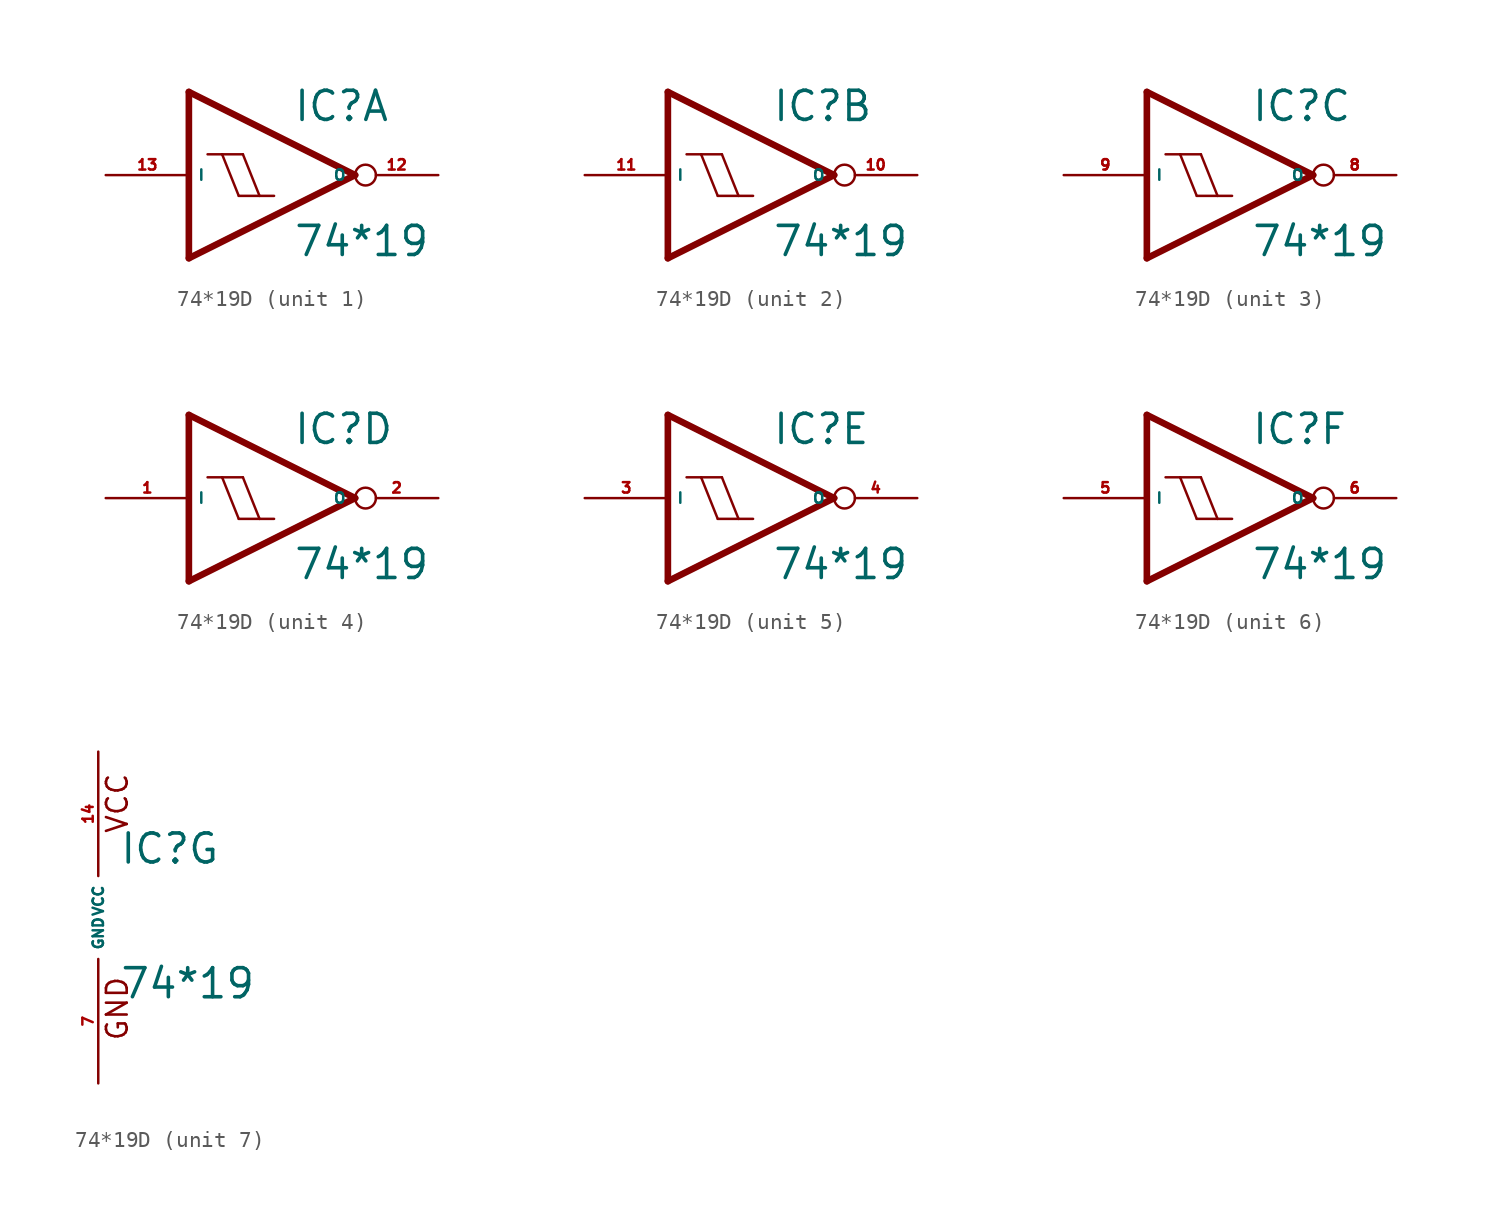
<source format=kicad_sym>
(kicad_symbol_lib
  (version 20220914)
  (generator Eagle2Kicad)
  (symbol "74*19D"
    (property "Reference" "IC"
      (at 1.27 3.175 0)
      (effects (font (size 1.778 1.778) (thickness 0.22)) (justify left bottom)))
    (property "Value" "74*19"
      (at 1.27 -5.08 0)
      (effects (font (size 1.778 1.778) (thickness 0.22)) (justify left bottom)))
    (symbol "74*19D_1_0"
      (polyline (pts (xy -5.08 5.08) (xy 5.08 0)) (stroke (width 0.406) (type default)) (fill (type none)))
      (polyline (pts (xy 5.08 0) (xy -5.08 -5.08)) (stroke (width 0.406) (type default)) (fill (type none)))
      (polyline (pts (xy -5.08 -5.08) (xy -5.08 5.08)) (stroke (width 0.406) (type default)) (fill (type none)))
      (polyline (pts (xy -0.762 -1.27) (xy -1.778 1.27)) (stroke (width 0.152) (type default)) (fill (type none)))
      (polyline (pts (xy -2.032 -1.27) (xy -3.048 1.27)) (stroke (width 0.152) (type default)) (fill (type none)))
      (polyline (pts (xy -2.032 -1.27) (xy -0.762 -1.27)) (stroke (width 0.152) (type default)) (fill (type none)))
      (polyline (pts (xy -0.762 -1.27) (xy 0.127 -1.27)) (stroke (width 0.152) (type default)) (fill (type none)))
      (polyline (pts (xy -3.937 1.27) (xy -3.048 1.27)) (stroke (width 0.152) (type default)) (fill (type none)))
      (polyline (pts (xy -3.048 1.27) (xy -1.778 1.27)) (stroke (width 0.152) (type default)) (fill (type none)))
      (pin input line (at -10.16 0 0) (length 5.08) (name "I" (effects (font (size 0.635 0.635) (thickness 0.08)) (justify left bottom))) (number "13" (effects (font (size 0.635 0.635) (thickness 0.08)) (justify left bottom))))
      (pin output inverted (at 10.16 0 180) (length 5.08) (name "O" (effects (font (size 0.635 0.635) (thickness 0.08)) (justify left bottom))) (number "12" (effects (font (size 0.635 0.635) (thickness 0.08)) (justify left bottom)))))
    (symbol "74*19D_2_0"
      (polyline (pts (xy -5.08 5.08) (xy 5.08 0)) (stroke (width 0.406) (type default)) (fill (type none)))
      (polyline (pts (xy 5.08 0) (xy -5.08 -5.08)) (stroke (width 0.406) (type default)) (fill (type none)))
      (polyline (pts (xy -5.08 -5.08) (xy -5.08 5.08)) (stroke (width 0.406) (type default)) (fill (type none)))
      (polyline (pts (xy -0.762 -1.27) (xy -1.778 1.27)) (stroke (width 0.152) (type default)) (fill (type none)))
      (polyline (pts (xy -2.032 -1.27) (xy -3.048 1.27)) (stroke (width 0.152) (type default)) (fill (type none)))
      (polyline (pts (xy -2.032 -1.27) (xy -0.762 -1.27)) (stroke (width 0.152) (type default)) (fill (type none)))
      (polyline (pts (xy -0.762 -1.27) (xy 0.127 -1.27)) (stroke (width 0.152) (type default)) (fill (type none)))
      (polyline (pts (xy -3.937 1.27) (xy -3.048 1.27)) (stroke (width 0.152) (type default)) (fill (type none)))
      (polyline (pts (xy -3.048 1.27) (xy -1.778 1.27)) (stroke (width 0.152) (type default)) (fill (type none)))
      (pin input line (at -10.16 0 0) (length 5.08) (name "I" (effects (font (size 0.635 0.635) (thickness 0.08)) (justify left bottom))) (number "11" (effects (font (size 0.635 0.635) (thickness 0.08)) (justify left bottom))))
      (pin output inverted (at 10.16 0 180) (length 5.08) (name "O" (effects (font (size 0.635 0.635) (thickness 0.08)) (justify left bottom))) (number "10" (effects (font (size 0.635 0.635) (thickness 0.08)) (justify left bottom)))))
    (symbol "74*19D_3_0"
      (polyline (pts (xy -5.08 5.08) (xy 5.08 0)) (stroke (width 0.406) (type default)) (fill (type none)))
      (polyline (pts (xy 5.08 0) (xy -5.08 -5.08)) (stroke (width 0.406) (type default)) (fill (type none)))
      (polyline (pts (xy -5.08 -5.08) (xy -5.08 5.08)) (stroke (width 0.406) (type default)) (fill (type none)))
      (polyline (pts (xy -0.762 -1.27) (xy -1.778 1.27)) (stroke (width 0.152) (type default)) (fill (type none)))
      (polyline (pts (xy -2.032 -1.27) (xy -3.048 1.27)) (stroke (width 0.152) (type default)) (fill (type none)))
      (polyline (pts (xy -2.032 -1.27) (xy -0.762 -1.27)) (stroke (width 0.152) (type default)) (fill (type none)))
      (polyline (pts (xy -0.762 -1.27) (xy 0.127 -1.27)) (stroke (width 0.152) (type default)) (fill (type none)))
      (polyline (pts (xy -3.937 1.27) (xy -3.048 1.27)) (stroke (width 0.152) (type default)) (fill (type none)))
      (polyline (pts (xy -3.048 1.27) (xy -1.778 1.27)) (stroke (width 0.152) (type default)) (fill (type none)))
      (pin input line (at -10.16 0 0) (length 5.08) (name "I" (effects (font (size 0.635 0.635) (thickness 0.08)) (justify left bottom))) (number "9" (effects (font (size 0.635 0.635) (thickness 0.08)) (justify left bottom))))
      (pin output inverted (at 10.16 0 180) (length 5.08) (name "O" (effects (font (size 0.635 0.635) (thickness 0.08)) (justify left bottom))) (number "8" (effects (font (size 0.635 0.635) (thickness 0.08)) (justify left bottom)))))
    (symbol "74*19D_4_0"
      (polyline (pts (xy -5.08 5.08) (xy 5.08 0)) (stroke (width 0.406) (type default)) (fill (type none)))
      (polyline (pts (xy 5.08 0) (xy -5.08 -5.08)) (stroke (width 0.406) (type default)) (fill (type none)))
      (polyline (pts (xy -5.08 -5.08) (xy -5.08 5.08)) (stroke (width 0.406) (type default)) (fill (type none)))
      (polyline (pts (xy -0.762 -1.27) (xy -1.778 1.27)) (stroke (width 0.152) (type default)) (fill (type none)))
      (polyline (pts (xy -2.032 -1.27) (xy -3.048 1.27)) (stroke (width 0.152) (type default)) (fill (type none)))
      (polyline (pts (xy -2.032 -1.27) (xy -0.762 -1.27)) (stroke (width 0.152) (type default)) (fill (type none)))
      (polyline (pts (xy -0.762 -1.27) (xy 0.127 -1.27)) (stroke (width 0.152) (type default)) (fill (type none)))
      (polyline (pts (xy -3.937 1.27) (xy -3.048 1.27)) (stroke (width 0.152) (type default)) (fill (type none)))
      (polyline (pts (xy -3.048 1.27) (xy -1.778 1.27)) (stroke (width 0.152) (type default)) (fill (type none)))
      (pin input line (at -10.16 0 0) (length 5.08) (name "I" (effects (font (size 0.635 0.635) (thickness 0.08)) (justify left bottom))) (number "1" (effects (font (size 0.635 0.635) (thickness 0.08)) (justify left bottom))))
      (pin output inverted (at 10.16 0 180) (length 5.08) (name "O" (effects (font (size 0.635 0.635) (thickness 0.08)) (justify left bottom))) (number "2" (effects (font (size 0.635 0.635) (thickness 0.08)) (justify left bottom)))))
    (symbol "74*19D_5_0"
      (polyline (pts (xy -5.08 5.08) (xy 5.08 0)) (stroke (width 0.406) (type default)) (fill (type none)))
      (polyline (pts (xy 5.08 0) (xy -5.08 -5.08)) (stroke (width 0.406) (type default)) (fill (type none)))
      (polyline (pts (xy -5.08 -5.08) (xy -5.08 5.08)) (stroke (width 0.406) (type default)) (fill (type none)))
      (polyline (pts (xy -0.762 -1.27) (xy -1.778 1.27)) (stroke (width 0.152) (type default)) (fill (type none)))
      (polyline (pts (xy -2.032 -1.27) (xy -3.048 1.27)) (stroke (width 0.152) (type default)) (fill (type none)))
      (polyline (pts (xy -2.032 -1.27) (xy -0.762 -1.27)) (stroke (width 0.152) (type default)) (fill (type none)))
      (polyline (pts (xy -0.762 -1.27) (xy 0.127 -1.27)) (stroke (width 0.152) (type default)) (fill (type none)))
      (polyline (pts (xy -3.937 1.27) (xy -3.048 1.27)) (stroke (width 0.152) (type default)) (fill (type none)))
      (polyline (pts (xy -3.048 1.27) (xy -1.778 1.27)) (stroke (width 0.152) (type default)) (fill (type none)))
      (pin input line (at -10.16 0 0) (length 5.08) (name "I" (effects (font (size 0.635 0.635) (thickness 0.08)) (justify left bottom))) (number "3" (effects (font (size 0.635 0.635) (thickness 0.08)) (justify left bottom))))
      (pin output inverted (at 10.16 0 180) (length 5.08) (name "O" (effects (font (size 0.635 0.635) (thickness 0.08)) (justify left bottom))) (number "4" (effects (font (size 0.635 0.635) (thickness 0.08)) (justify left bottom)))))
    (symbol "74*19D_6_0"
      (polyline (pts (xy -5.08 5.08) (xy 5.08 0)) (stroke (width 0.406) (type default)) (fill (type none)))
      (polyline (pts (xy 5.08 0) (xy -5.08 -5.08)) (stroke (width 0.406) (type default)) (fill (type none)))
      (polyline (pts (xy -5.08 -5.08) (xy -5.08 5.08)) (stroke (width 0.406) (type default)) (fill (type none)))
      (polyline (pts (xy -0.762 -1.27) (xy -1.778 1.27)) (stroke (width 0.152) (type default)) (fill (type none)))
      (polyline (pts (xy -2.032 -1.27) (xy -3.048 1.27)) (stroke (width 0.152) (type default)) (fill (type none)))
      (polyline (pts (xy -2.032 -1.27) (xy -0.762 -1.27)) (stroke (width 0.152) (type default)) (fill (type none)))
      (polyline (pts (xy -0.762 -1.27) (xy 0.127 -1.27)) (stroke (width 0.152) (type default)) (fill (type none)))
      (polyline (pts (xy -3.937 1.27) (xy -3.048 1.27)) (stroke (width 0.152) (type default)) (fill (type none)))
      (polyline (pts (xy -3.048 1.27) (xy -1.778 1.27)) (stroke (width 0.152) (type default)) (fill (type none)))
      (pin input line (at -10.16 0 0) (length 5.08) (name "I" (effects (font (size 0.635 0.635) (thickness 0.08)) (justify left bottom))) (number "5" (effects (font (size 0.635 0.635) (thickness 0.08)) (justify left bottom))))
      (pin output inverted (at 10.16 0 180) (length 5.08) (name "O" (effects (font (size 0.635 0.635) (thickness 0.08)) (justify left bottom))) (number "6" (effects (font (size 0.635 0.635) (thickness 0.08)) (justify left bottom)))))
    (symbol "74*19D_7_0"
      (text "GND" (at 1.905 -7.62 900) (effects (font (size 1.27 1.27) (thickness 0.16)) (justify left bottom)))
      (text "VCC" (at 1.905 5.08 900) (effects (font (size 1.27 1.27) (thickness 0.16)) (justify left bottom)))
      (pin unspecified line (at 0 -10.16 90) (length 7.62) (name "GND" (effects (font (size 0.635 0.635) (thickness 0.08)) (justify left bottom))) (number "7" (effects (font (size 0.635 0.635) (thickness 0.08)) (justify left bottom))))
      (pin unspecified line (at 0 10.16 270) (length 7.62) (name "VCC" (effects (font (size 0.635 0.635) (thickness 0.08)) (justify left bottom))) (number "14" (effects (font (size 0.635 0.635) (thickness 0.08)) (justify left bottom)))))))
</source>
